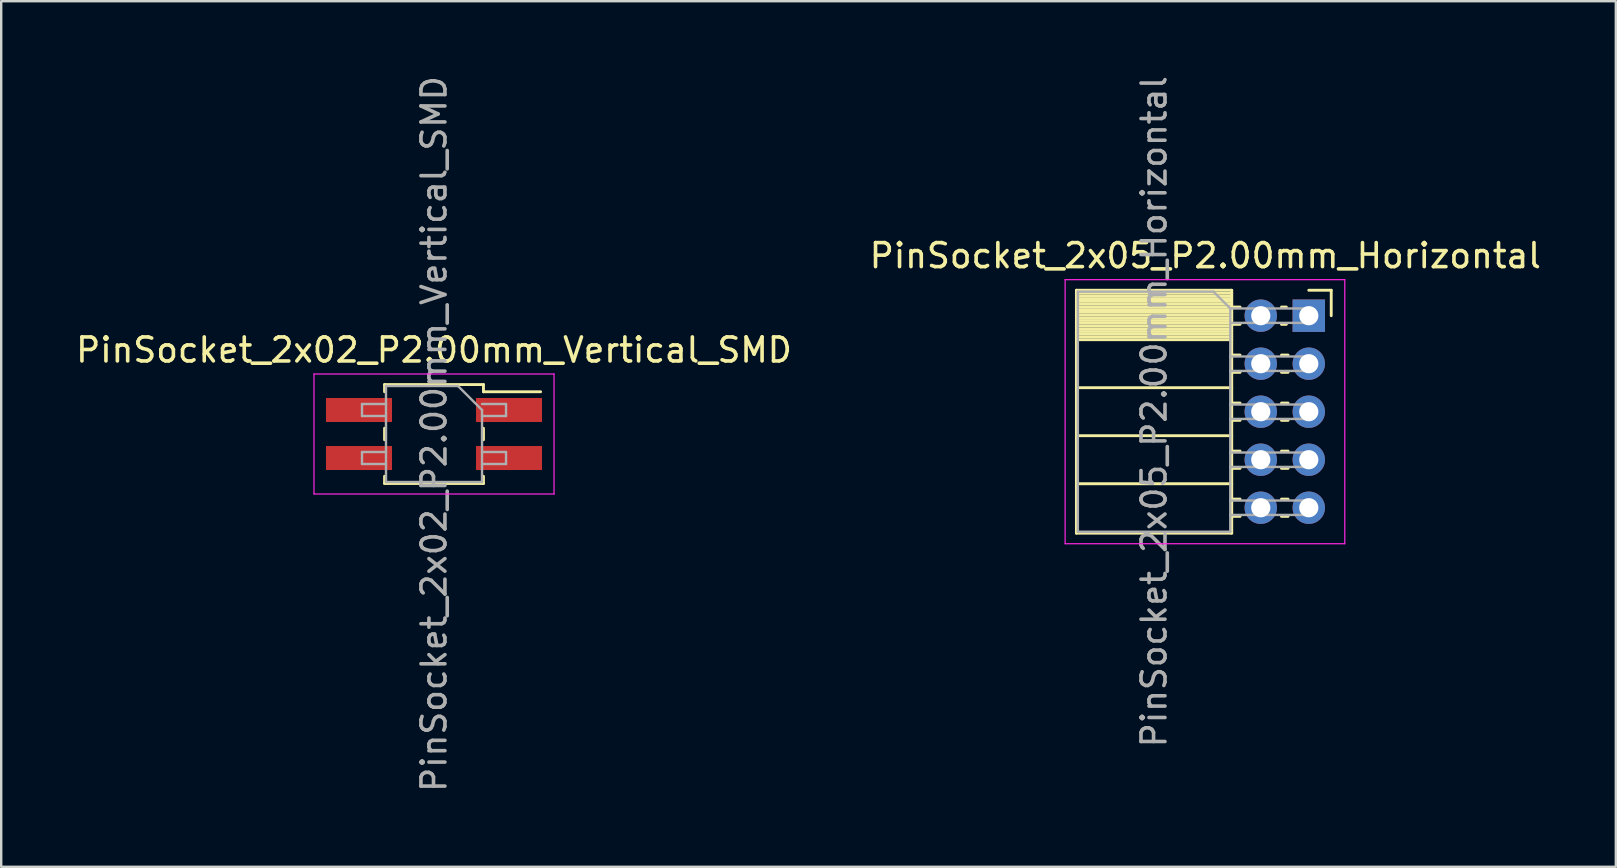
<source format=kicad_pcb>
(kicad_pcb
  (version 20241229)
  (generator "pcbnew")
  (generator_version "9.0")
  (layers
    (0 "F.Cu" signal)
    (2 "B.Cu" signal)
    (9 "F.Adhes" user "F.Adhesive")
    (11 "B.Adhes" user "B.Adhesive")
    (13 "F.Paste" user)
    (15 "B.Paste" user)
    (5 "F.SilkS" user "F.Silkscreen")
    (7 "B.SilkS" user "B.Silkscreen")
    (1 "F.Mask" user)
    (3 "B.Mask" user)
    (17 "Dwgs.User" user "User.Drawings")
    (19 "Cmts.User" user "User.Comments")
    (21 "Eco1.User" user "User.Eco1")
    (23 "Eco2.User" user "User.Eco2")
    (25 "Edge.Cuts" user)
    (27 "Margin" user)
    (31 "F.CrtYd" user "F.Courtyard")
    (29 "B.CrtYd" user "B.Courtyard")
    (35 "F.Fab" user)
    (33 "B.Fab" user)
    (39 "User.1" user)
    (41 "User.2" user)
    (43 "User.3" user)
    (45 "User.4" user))
  (footprint "PinSocket_2x05_P2.00mm_Horizontal"
    (layer "F.Cu")
    (at 51.471 10.101)
    (property "Reference" "PinSocket_2x05_P2.00mm_Horizontal" (at -4.31 -2.5 0) (layer "F.SilkS") (effects (font (size 1 1) (thickness 0.15))))
    (attr through_hole)
    (fp_line (start -9.68 -1.06) (end -9.68 9.06) (stroke (width 0.12) (type solid)) (layer "F.SilkS"))
    (fp_line (start -9.68 -1.06) (end -3.21 -1.06) (stroke (width 0.12) (type solid)) (layer "F.SilkS"))
    (fp_line (start -9.68 -0.94) (end -3.21 -0.94) (stroke (width 0.12) (type solid)) (layer "F.SilkS"))
    (fp_line (start -9.68 -0.826) (end -3.21 -0.826) (stroke (width 0.12) (type solid)) (layer "F.SilkS"))
    (fp_line (start -9.68 -0.712) (end -3.21 -0.712) (stroke (width 0.12) (type solid)) (layer "F.SilkS"))
    (fp_line (start -9.68 -0.598) (end -3.21 -0.598) (stroke (width 0.12) (type solid)) (layer "F.SilkS"))
    (fp_line (start -9.68 -0.484) (end -3.21 -0.484) (stroke (width 0.12) (type solid)) (layer "F.SilkS"))
    (fp_line (start -9.68 -0.369) (end -3.21 -0.369) (stroke (width 0.12) (type solid)) (layer "F.SilkS"))
    (fp_line (start -9.68 -0.255) (end -3.21 -0.255) (stroke (width 0.12) (type solid)) (layer "F.SilkS"))
    (fp_line (start -9.68 -0.141) (end -3.21 -0.141) (stroke (width 0.12) (type solid)) (layer "F.SilkS"))
    (fp_line (start -9.68 -0.027) (end -3.21 -0.027) (stroke (width 0.12) (type solid)) (layer "F.SilkS"))
    (fp_line (start -9.68 0.087) (end -3.21 0.087) (stroke (width 0.12) (type solid)) (layer "F.SilkS"))
    (fp_line (start -9.68 0.201) (end -3.21 0.201) (stroke (width 0.12) (type solid)) (layer "F.SilkS"))
    (fp_line (start -9.68 0.315) (end -3.21 0.315) (stroke (width 0.12) (type solid)) (layer "F.SilkS"))
    (fp_line (start -9.68 0.429) (end -3.21 0.429) (stroke (width 0.12) (type solid)) (layer "F.SilkS"))
    (fp_line (start -9.68 0.544) (end -3.21 0.544) (stroke (width 0.12) (type solid)) (layer "F.SilkS"))
    (fp_line (start -9.68 0.658) (end -3.21 0.658) (stroke (width 0.12) (type solid)) (layer "F.SilkS"))
    (fp_line (start -9.68 0.772) (end -3.21 0.772) (stroke (width 0.12) (type solid)) (layer "F.SilkS"))
    (fp_line (start -9.68 0.886) (end -3.21 0.886) (stroke (width 0.12) (type solid)) (layer "F.SilkS"))
    (fp_line (start -9.68 1) (end -3.21 1) (stroke (width 0.12) (type solid)) (layer "F.SilkS"))
    (fp_line (start -9.68 3) (end -3.21 3) (stroke (width 0.12) (type solid)) (layer "F.SilkS"))
    (fp_line (start -9.68 5) (end -3.21 5) (stroke (width 0.12) (type solid)) (layer "F.SilkS"))
    (fp_line (start -9.68 7) (end -3.21 7) (stroke (width 0.12) (type solid)) (layer "F.SilkS"))
    (fp_line (start -9.68 9.06) (end -3.21 9.06) (stroke (width 0.12) (type solid)) (layer "F.SilkS"))
    (fp_line (start -3.21 -1.06) (end -3.21 9.06) (stroke (width 0.12) (type solid)) (layer "F.SilkS"))
    (fp_line (start -3.21 -0.36) (end -2.863 -0.36) (stroke (width 0.12) (type solid)) (layer "F.SilkS"))
    (fp_line (start -3.21 0.36) (end -2.863 0.36) (stroke (width 0.12) (type solid)) (layer "F.SilkS"))
    (fp_line (start -3.21 1.64) (end -2.863 1.64) (stroke (width 0.12) (type solid)) (layer "F.SilkS"))
    (fp_line (start -3.21 2.36) (end -2.863 2.36) (stroke (width 0.12) (type solid)) (layer "F.SilkS"))
    (fp_line (start -3.21 3.64) (end -2.863 3.64) (stroke (width 0.12) (type solid)) (layer "F.SilkS"))
    (fp_line (start -3.21 4.36) (end -2.863 4.36) (stroke (width 0.12) (type solid)) (layer "F.SilkS"))
    (fp_line (start -3.21 5.64) (end -2.863 5.64) (stroke (width 0.12) (type solid)) (layer "F.SilkS"))
    (fp_line (start -3.21 6.36) (end -2.863 6.36) (stroke (width 0.12) (type solid)) (layer "F.SilkS"))
    (fp_line (start -3.21 7.64) (end -2.863 7.64) (stroke (width 0.12) (type solid)) (layer "F.SilkS"))
    (fp_line (start -3.21 8.36) (end -2.863 8.36) (stroke (width 0.12) (type solid)) (layer "F.SilkS"))
    (fp_line (start -1.137 -0.36) (end -0.935 -0.36) (stroke (width 0.12) (type solid)) (layer "F.SilkS"))
    (fp_line (start -1.137 0.36) (end -0.935 0.36) (stroke (width 0.12) (type solid)) (layer "F.SilkS"))
    (fp_line (start -1.137 1.64) (end -0.863 1.64) (stroke (width 0.12) (type solid)) (layer "F.SilkS"))
    (fp_line (start -1.137 2.36) (end -0.863 2.36) (stroke (width 0.12) (type solid)) (layer "F.SilkS"))
    (fp_line (start -1.137 3.64) (end -0.863 3.64) (stroke (width 0.12) (type solid)) (layer "F.SilkS"))
    (fp_line (start -1.137 4.36) (end -0.863 4.36) (stroke (width 0.12) (type solid)) (layer "F.SilkS"))
    (fp_line (start -1.137 5.64) (end -0.863 5.64) (stroke (width 0.12) (type solid)) (layer "F.SilkS"))
    (fp_line (start -1.137 6.36) (end -0.863 6.36) (stroke (width 0.12) (type solid)) (layer "F.SilkS"))
    (fp_line (start -1.137 7.64) (end -0.863 7.64) (stroke (width 0.12) (type solid)) (layer "F.SilkS"))
    (fp_line (start -1.137 8.36) (end -0.863 8.36) (stroke (width 0.12) (type solid)) (layer "F.SilkS"))
    (fp_line (start 0 -1.06) (end 0.935 -1.06) (stroke (width 0.12) (type solid)) (layer "F.SilkS"))
    (fp_line (start 0.935 -1.06) (end 0.935 0) (stroke (width 0.12) (type solid)) (layer "F.SilkS"))
    (fp_line (start -10.15 -1.5) (end -10.15 9.5) (stroke (width 0.05) (type solid)) (layer "F.CrtYd"))
    (fp_line (start -10.15 9.5) (end 1.5 9.5) (stroke (width 0.05) (type solid)) (layer "F.CrtYd"))
    (fp_line (start 1.5 -1.5) (end -10.15 -1.5) (stroke (width 0.05) (type solid)) (layer "F.CrtYd"))
    (fp_line (start 1.5 9.5) (end 1.5 -1.5) (stroke (width 0.05) (type solid)) (layer "F.CrtYd"))
    (fp_line (start -9.62 -1) (end -3.97 -1) (stroke (width 0.1) (type solid)) (layer "F.Fab"))
    (fp_line (start -9.62 9) (end -9.62 -1) (stroke (width 0.1) (type solid)) (layer "F.Fab"))
    (fp_line (start -3.97 -1) (end -3.27 -0.3) (stroke (width 0.1) (type solid)) (layer "F.Fab"))
    (fp_line (start -3.27 -0.3) (end -3.27 9) (stroke (width 0.1) (type solid)) (layer "F.Fab"))
    (fp_line (start -3.27 0.3) (end 0 0.3) (stroke (width 0.1) (type solid)) (layer "F.Fab"))
    (fp_line (start -3.27 2.3) (end 0 2.3) (stroke (width 0.1) (type solid)) (layer "F.Fab"))
    (fp_line (start -3.27 4.3) (end 0 4.3) (stroke (width 0.1) (type solid)) (layer "F.Fab"))
    (fp_line (start -3.27 6.3) (end 0 6.3) (stroke (width 0.1) (type solid)) (layer "F.Fab"))
    (fp_line (start -3.27 8.3) (end 0 8.3) (stroke (width 0.1) (type solid)) (layer "F.Fab"))
    (fp_line (start -3.27 9) (end -9.62 9) (stroke (width 0.1) (type solid)) (layer "F.Fab"))
    (fp_line (start 0 -0.3) (end -3.27 -0.3) (stroke (width 0.1) (type solid)) (layer "F.Fab"))
    (fp_line (start 0 0.3) (end 0 -0.3) (stroke (width 0.1) (type solid)) (layer "F.Fab"))
    (fp_line (start 0 1.7) (end -3.27 1.7) (stroke (width 0.1) (type solid)) (layer "F.Fab"))
    (fp_line (start 0 2.3) (end 0 1.7) (stroke (width 0.1) (type solid)) (layer "F.Fab"))
    (fp_line (start 0 3.7) (end -3.27 3.7) (stroke (width 0.1) (type solid)) (layer "F.Fab"))
    (fp_line (start 0 4.3) (end 0 3.7) (stroke (width 0.1) (type solid)) (layer "F.Fab"))
    (fp_line (start 0 5.7) (end -3.27 5.7) (stroke (width 0.1) (type solid)) (layer "F.Fab"))
    (fp_line (start 0 6.3) (end 0 5.7) (stroke (width 0.1) (type solid)) (layer "F.Fab"))
    (fp_line (start 0 7.7) (end -3.27 7.7) (stroke (width 0.1) (type solid)) (layer "F.Fab"))
    (fp_line (start 0 8.3) (end 0 7.7) (stroke (width 0.1) (type solid)) (layer "F.Fab"))
    (fp_text user "${REFERENCE}" (at -6.445 4 90) (layer "F.Fab") (effects (font (size 1 1) (thickness 0.15))))
    (pad "1" thru_hole rect (at 0 0) (size 1.35 1.35) (drill 0.8) (layers "*.Cu" "*.Mask"))
    (pad "2" thru_hole oval (at -2 0) (size 1.35 1.35) (drill 0.8) (layers "*.Cu" "*.Mask"))
    (pad "3" thru_hole oval (at 0 2) (size 1.35 1.35) (drill 0.8) (layers "*.Cu" "*.Mask"))
    (pad "4" thru_hole oval (at -2 2) (size 1.35 1.35) (drill 0.8) (layers "*.Cu" "*.Mask"))
    (pad "5" thru_hole oval (at 0 4) (size 1.35 1.35) (drill 0.8) (layers "*.Cu" "*.Mask"))
    (pad "6" thru_hole oval (at -2 4) (size 1.35 1.35) (drill 0.8) (layers "*.Cu" "*.Mask"))
    (pad "7" thru_hole oval (at 0 6) (size 1.35 1.35) (drill 0.8) (layers "*.Cu" "*.Mask"))
    (pad "8" thru_hole oval (at -2 6) (size 1.35 1.35) (drill 0.8) (layers "*.Cu" "*.Mask"))
    (pad "9" thru_hole oval (at 0 8) (size 1.35 1.35) (drill 0.8) (layers "*.Cu" "*.Mask"))
    (pad "10" thru_hole oval (at -2 8) (size 1.35 1.35) (drill 0.8) (layers "*.Cu" "*.Mask")))
  (footprint "PinSocket_2x02_P2.00mm_Vertical_SMD"
    (layer "F.Cu")
    (at 15.03 15.03)
    (property "Reference" "PinSocket_2x02_P2.00mm_Vertical_SMD" (at 0 -3.5 0) (layer "F.SilkS") (effects (font (size 1 1) (thickness 0.15))))
    (attr smd)
    (fp_line (start -2.06 -2.06) (end -2.06 -1.76) (stroke (width 0.12) (type solid)) (layer "F.SilkS"))
    (fp_line (start -2.06 -2.06) (end 2.06 -2.06) (stroke (width 0.12) (type solid)) (layer "F.SilkS"))
    (fp_line (start -2.06 -0.24) (end -2.06 0.24) (stroke (width 0.12) (type solid)) (layer "F.SilkS"))
    (fp_line (start -2.06 1.76) (end -2.06 2.06) (stroke (width 0.12) (type solid)) (layer "F.SilkS"))
    (fp_line (start -2.06 2.06) (end 2.06 2.06) (stroke (width 0.12) (type solid)) (layer "F.SilkS"))
    (fp_line (start 2.06 -2.06) (end 2.06 -1.76) (stroke (width 0.12) (type solid)) (layer "F.SilkS"))
    (fp_line (start 2.06 -1.76) (end 4.44 -1.76) (stroke (width 0.12) (type solid)) (layer "F.SilkS"))
    (fp_line (start 2.06 -0.24) (end 2.06 0.24) (stroke (width 0.12) (type solid)) (layer "F.SilkS"))
    (fp_line (start 2.06 1.76) (end 2.06 2.06) (stroke (width 0.12) (type solid)) (layer "F.SilkS"))
    (fp_line (start -5 -2.5) (end 5 -2.5) (stroke (width 0.05) (type solid)) (layer "F.CrtYd"))
    (fp_line (start -5 2.5) (end -5 -2.5) (stroke (width 0.05) (type solid)) (layer "F.CrtYd"))
    (fp_line (start 5 -2.5) (end 5 2.5) (stroke (width 0.05) (type solid)) (layer "F.CrtYd"))
    (fp_line (start 5 2.5) (end -5 2.5) (stroke (width 0.05) (type solid)) (layer "F.CrtYd"))
    (fp_line (start -3 -1.25) (end -2 -1.25) (stroke (width 0.1) (type solid)) (layer "F.Fab"))
    (fp_line (start -3 -0.75) (end -3 -1.25) (stroke (width 0.1) (type solid)) (layer "F.Fab"))
    (fp_line (start -3 0.75) (end -2 0.75) (stroke (width 0.1) (type solid)) (layer "F.Fab"))
    (fp_line (start -3 1.25) (end -3 0.75) (stroke (width 0.1) (type solid)) (layer "F.Fab"))
    (fp_line (start -2 -2) (end 1 -2) (stroke (width 0.1) (type solid)) (layer "F.Fab"))
    (fp_line (start -2 -0.75) (end -3 -0.75) (stroke (width 0.1) (type solid)) (layer "F.Fab"))
    (fp_line (start -2 1.25) (end -3 1.25) (stroke (width 0.1) (type solid)) (layer "F.Fab"))
    (fp_line (start -2 2) (end -2 -2) (stroke (width 0.1) (type solid)) (layer "F.Fab"))
    (fp_line (start 1 -2) (end 2 -1) (stroke (width 0.1) (type solid)) (layer "F.Fab"))
    (fp_line (start 2 -1.25) (end 3 -1.25) (stroke (width 0.1) (type solid)) (layer "F.Fab"))
    (fp_line (start 2 -1) (end 2 2) (stroke (width 0.1) (type solid)) (layer "F.Fab"))
    (fp_line (start 2 0.75) (end 3 0.75) (stroke (width 0.1) (type solid)) (layer "F.Fab"))
    (fp_line (start 2 2) (end -2 2) (stroke (width 0.1) (type solid)) (layer "F.Fab"))
    (fp_line (start 3 -1.25) (end 3 -0.75) (stroke (width 0.1) (type solid)) (layer "F.Fab"))
    (fp_line (start 3 -0.75) (end 2 -0.75) (stroke (width 0.1) (type solid)) (layer "F.Fab"))
    (fp_line (start 3 0.75) (end 3 1.25) (stroke (width 0.1) (type solid)) (layer "F.Fab"))
    (fp_line (start 3 1.25) (end 2 1.25) (stroke (width 0.1) (type solid)) (layer "F.Fab"))
    (fp_text user "${REFERENCE}" (at 0 0 90) (layer "F.Fab") (effects (font (size 1 1) (thickness 0.15))))
    (pad "1" smd rect (at 3.125 -1) (size 2.75 1) (layers "F.Cu" "F.Mask" "F.Paste"))
    (pad "2" smd rect (at -3.125 -1) (size 2.75 1) (layers "F.Cu" "F.Mask" "F.Paste"))
    (pad "3" smd rect (at 3.125 1) (size 2.75 1) (layers "F.Cu" "F.Mask" "F.Paste"))
    (pad "4" smd rect (at -3.125 1) (size 2.75 1) (layers "F.Cu" "F.Mask" "F.Paste")))
  (gr_rect
    (start -3 -3)
    (end 64.262 33.06)
    (stroke (width 0.1) (type default))
    (fill no)
    (layer "Edge.Cuts")))
</source>
